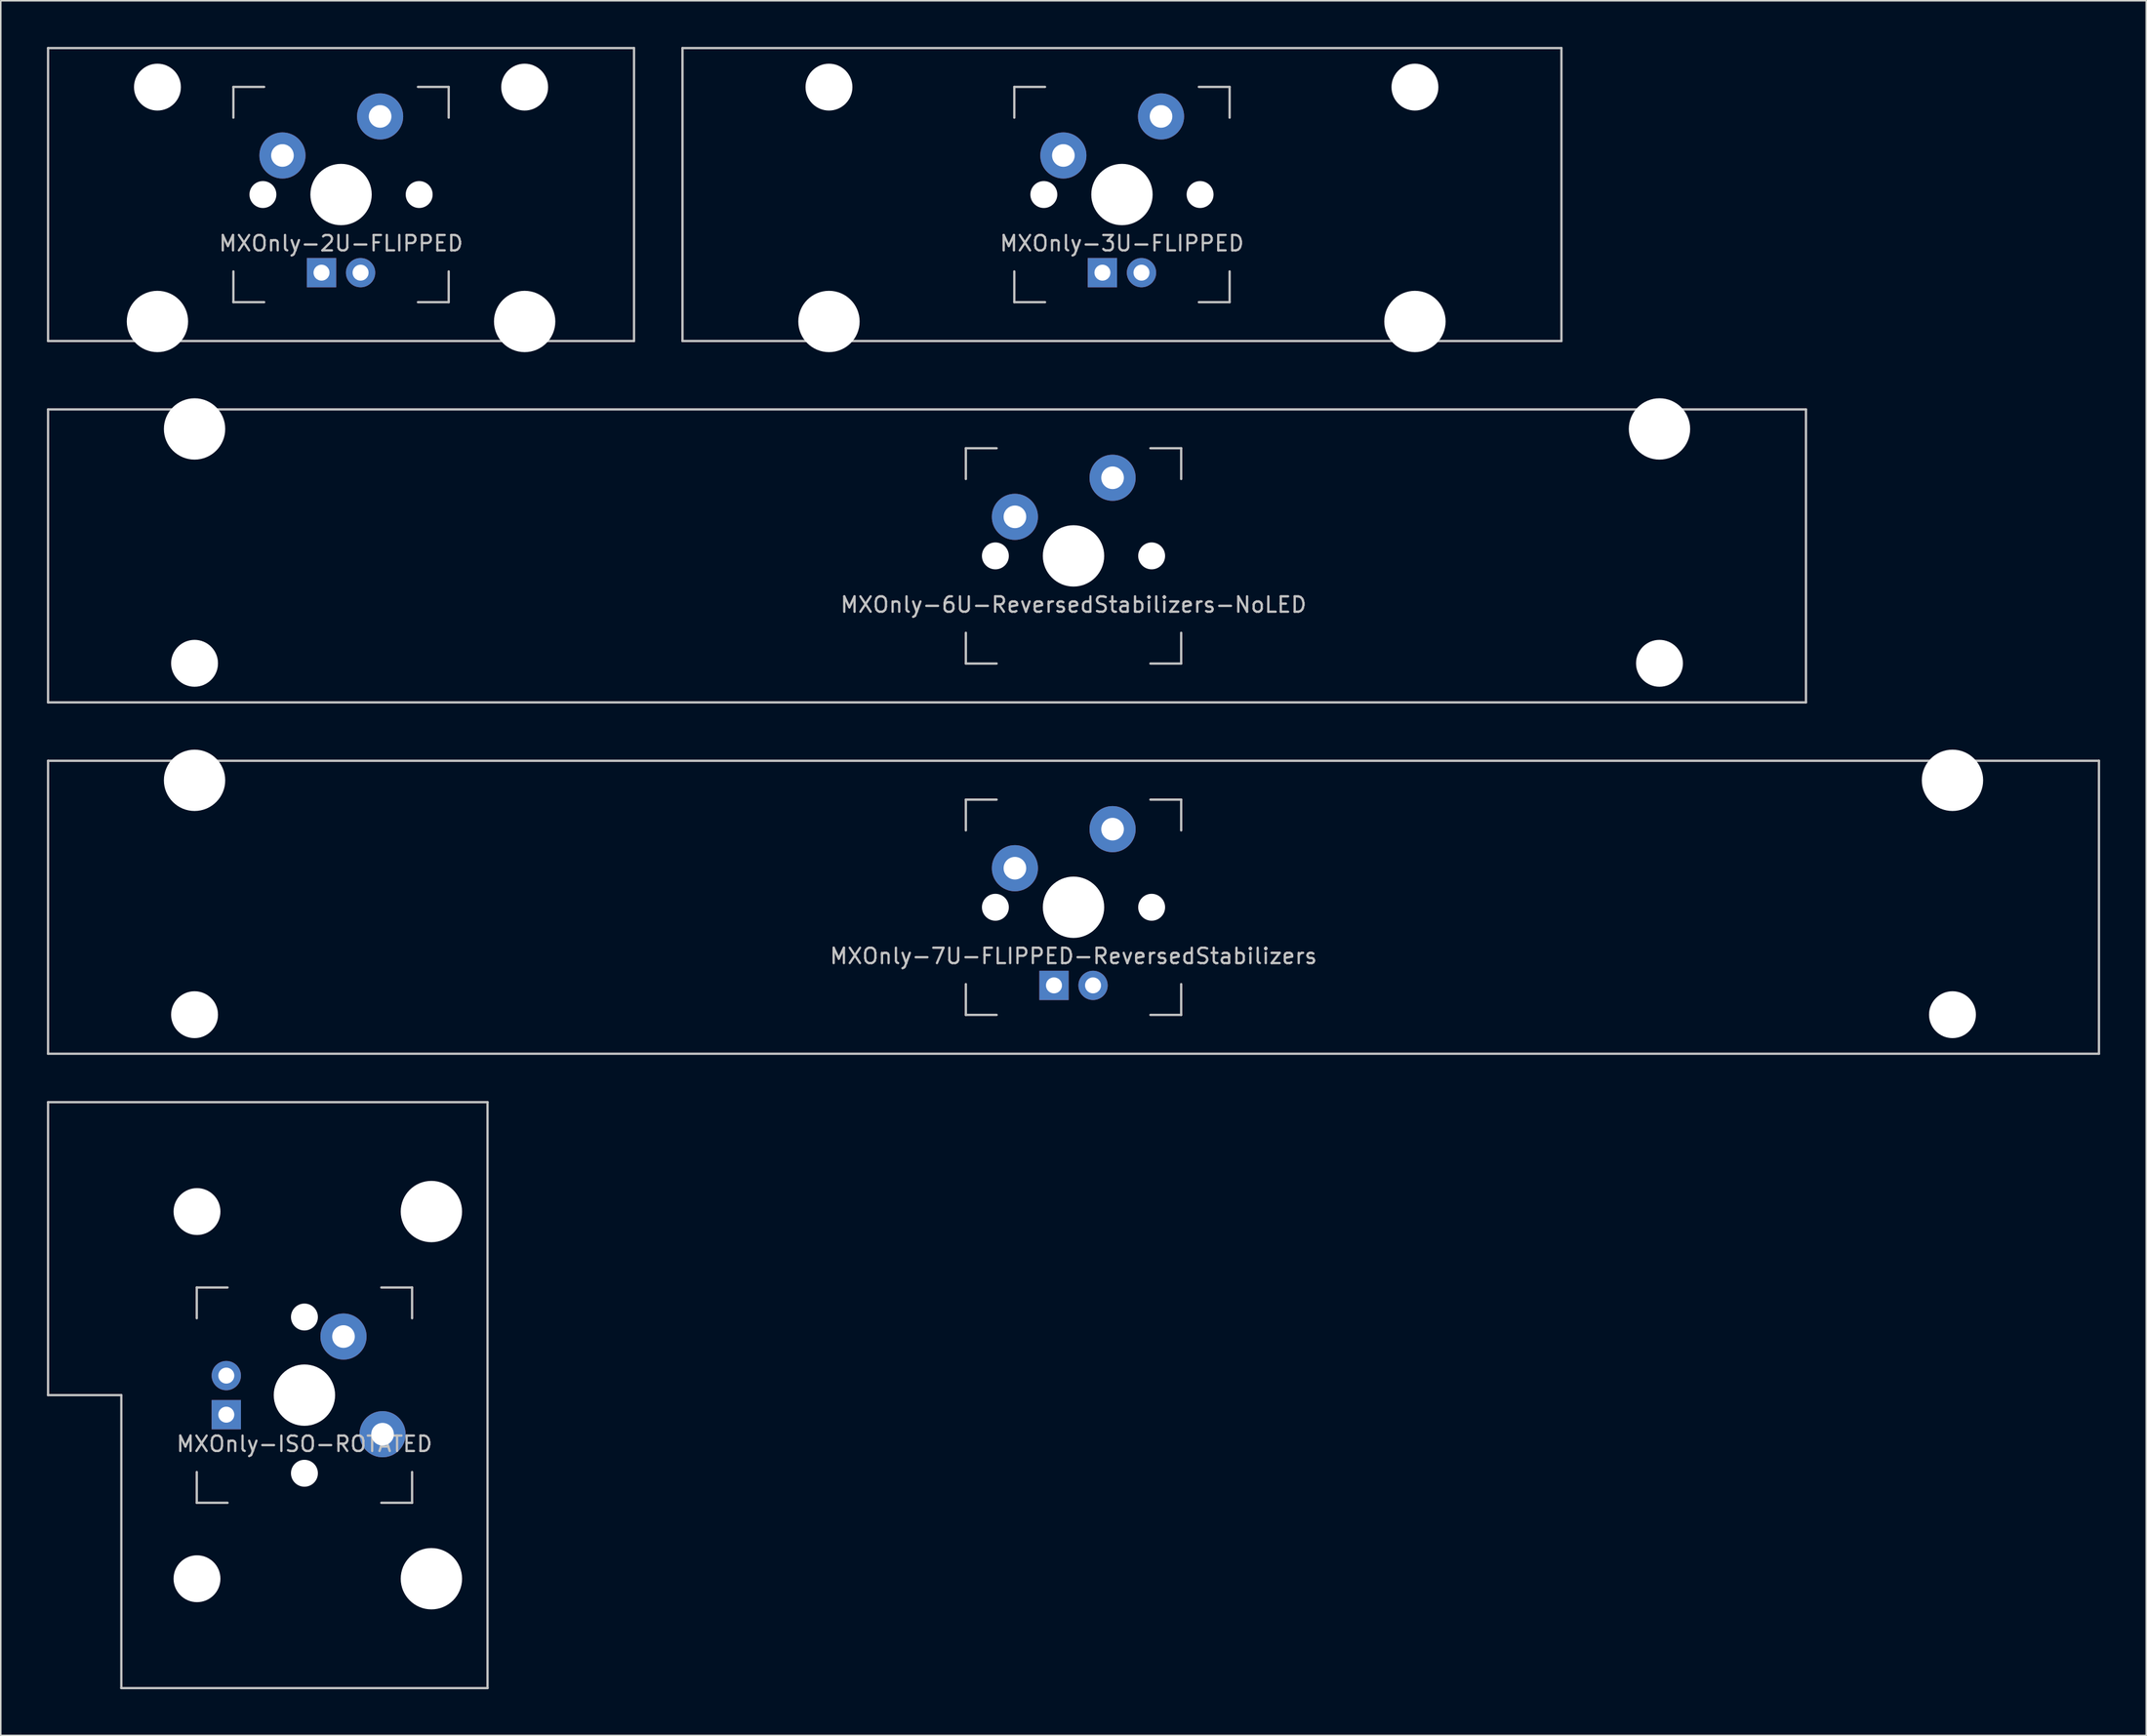
<source format=kicad_pcb>
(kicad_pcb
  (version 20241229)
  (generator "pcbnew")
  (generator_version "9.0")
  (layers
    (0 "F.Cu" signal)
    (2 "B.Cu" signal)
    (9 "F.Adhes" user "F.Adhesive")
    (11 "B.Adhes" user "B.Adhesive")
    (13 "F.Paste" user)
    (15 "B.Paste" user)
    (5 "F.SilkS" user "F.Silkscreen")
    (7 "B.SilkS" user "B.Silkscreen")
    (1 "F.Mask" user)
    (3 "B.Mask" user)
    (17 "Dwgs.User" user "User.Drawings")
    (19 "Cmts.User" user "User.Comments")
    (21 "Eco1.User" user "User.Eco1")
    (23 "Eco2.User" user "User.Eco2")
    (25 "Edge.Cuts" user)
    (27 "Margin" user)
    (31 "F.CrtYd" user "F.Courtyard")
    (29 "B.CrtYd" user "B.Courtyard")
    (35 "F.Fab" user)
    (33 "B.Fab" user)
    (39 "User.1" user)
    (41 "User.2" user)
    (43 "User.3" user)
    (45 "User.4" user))
  (footprint "MXOnly-7U-FLIPPED-ReversedStabilizers"
    (layer "F.Cu")
    (at 66.75 55.947)
    (property "Reference" "MXOnly-7U-FLIPPED-ReversedStabilizers" (at 0 3.175 0) (layer "Dwgs.User") (effects (font (size 1 1) (thickness 0.15))))
    (attr through_hole)
    (fp_line (start -66.675 -9.525) (end 66.675 -9.525) (stroke (width 0.15) (type solid)) (layer "Dwgs.User"))
    (fp_line (start -66.675 9.525) (end -66.675 -9.525) (stroke (width 0.15) (type solid)) (layer "Dwgs.User"))
    (fp_line (start -66.675 9.525) (end 66.675 9.525) (stroke (width 0.15) (type solid)) (layer "Dwgs.User"))
    (fp_line (start -7 -7) (end -7 -5) (stroke (width 0.15) (type solid)) (layer "Dwgs.User"))
    (fp_line (start -7 5) (end -7 7) (stroke (width 0.15) (type solid)) (layer "Dwgs.User"))
    (fp_line (start -7 7) (end -5 7) (stroke (width 0.15) (type solid)) (layer "Dwgs.User"))
    (fp_line (start -5 -7) (end -7 -7) (stroke (width 0.15) (type solid)) (layer "Dwgs.User"))
    (fp_line (start 5 -7) (end 7 -7) (stroke (width 0.15) (type solid)) (layer "Dwgs.User"))
    (fp_line (start 5 7) (end 7 7) (stroke (width 0.15) (type solid)) (layer "Dwgs.User"))
    (fp_line (start 7 -7) (end 7 -5) (stroke (width 0.15) (type solid)) (layer "Dwgs.User"))
    (fp_line (start 7 7) (end 7 5) (stroke (width 0.15) (type solid)) (layer "Dwgs.User"))
    (fp_line (start 66.675 -9.525) (end 66.675 9.525) (stroke (width 0.15) (type solid)) (layer "Dwgs.User"))
    (pad "" np_thru_hole circle (at -57.15 -8.255) (size 3.988 3.988) (drill 3.988) (layers "*.Cu" "*.Mask"))
    (pad "" np_thru_hole circle (at -57.15 6.985) (size 3.048 3.048) (drill 3.048) (layers "*.Cu" "*.Mask"))
    (pad "" np_thru_hole circle (at -5.08 0 48.1) (size 1.75 1.75) (drill 1.75) (layers "*.Cu" "*.Mask"))
    (pad "" np_thru_hole circle (at 0 0) (size 3.988 3.988) (drill 3.988) (layers "*.Cu" "*.Mask"))
    (pad "" np_thru_hole circle (at 5.08 0 48.1) (size 1.75 1.75) (drill 1.75) (layers "*.Cu" "*.Mask"))
    (pad "" np_thru_hole circle (at 57.15 -8.255) (size 3.988 3.988) (drill 3.988) (layers "*.Cu" "*.Mask"))
    (pad "" np_thru_hole circle (at 57.15 6.985) (size 3.048 3.048) (drill 3.048) (layers "*.Cu" "*.Mask"))
    (pad "1" thru_hole circle (at -3.81 -2.54) (size 3 3) (drill 1.47) (layers "*.Cu" "*.Mask"))
    (pad "2" thru_hole circle (at 2.54 -5.08) (size 3 3) (drill 1.47) (layers "*.Cu" "*.Mask"))
    (pad "3" thru_hole circle (at 1.27 5.08) (size 1.905 1.905) (drill 1.04) (layers "*.Cu" "*.Mask"))
    (pad "4" thru_hole rect (at -1.27 5.08) (size 1.905 1.905) (drill 1.04) (layers "*.Cu" "*.Mask")))
  (footprint "MXOnly-3U-FLIPPED"
    (layer "F.Cu")
    (at 69.9 9.6)
    (property "Reference" "MXOnly-3U-FLIPPED" (at 0 3.175 0) (layer "Dwgs.User") (effects (font (size 1 1) (thickness 0.15))))
    (attr through_hole)
    (fp_line (start -28.575 -9.525) (end 28.575 -9.525) (stroke (width 0.15) (type solid)) (layer "Dwgs.User"))
    (fp_line (start -28.575 9.525) (end -28.575 -9.525) (stroke (width 0.15) (type solid)) (layer "Dwgs.User"))
    (fp_line (start -28.575 9.525) (end 28.575 9.525) (stroke (width 0.15) (type solid)) (layer "Dwgs.User"))
    (fp_line (start -7 -7) (end -7 -5) (stroke (width 0.15) (type solid)) (layer "Dwgs.User"))
    (fp_line (start -7 5) (end -7 7) (stroke (width 0.15) (type solid)) (layer "Dwgs.User"))
    (fp_line (start -7 7) (end -5 7) (stroke (width 0.15) (type solid)) (layer "Dwgs.User"))
    (fp_line (start -5 -7) (end -7 -7) (stroke (width 0.15) (type solid)) (layer "Dwgs.User"))
    (fp_line (start 5 -7) (end 7 -7) (stroke (width 0.15) (type solid)) (layer "Dwgs.User"))
    (fp_line (start 5 7) (end 7 7) (stroke (width 0.15) (type solid)) (layer "Dwgs.User"))
    (fp_line (start 7 -7) (end 7 -5) (stroke (width 0.15) (type solid)) (layer "Dwgs.User"))
    (fp_line (start 7 7) (end 7 5) (stroke (width 0.15) (type solid)) (layer "Dwgs.User"))
    (fp_line (start 28.575 -9.525) (end 28.575 9.525) (stroke (width 0.15) (type solid)) (layer "Dwgs.User"))
    (pad "" np_thru_hole circle (at -19.05 -6.985) (size 3.048 3.048) (drill 3.048) (layers "*.Cu" "*.Mask"))
    (pad "" np_thru_hole circle (at -19.05 8.255) (size 3.988 3.988) (drill 3.988) (layers "*.Cu" "*.Mask"))
    (pad "" np_thru_hole circle (at -5.08 0 48.1) (size 1.75 1.75) (drill 1.75) (layers "*.Cu" "*.Mask"))
    (pad "" np_thru_hole circle (at 0 0) (size 3.988 3.988) (drill 3.988) (layers "*.Cu" "*.Mask"))
    (pad "" np_thru_hole circle (at 5.08 0 48.1) (size 1.75 1.75) (drill 1.75) (layers "*.Cu" "*.Mask"))
    (pad "" np_thru_hole circle (at 19.05 -6.985) (size 3.048 3.048) (drill 3.048) (layers "*.Cu" "*.Mask"))
    (pad "" np_thru_hole circle (at 19.05 8.255) (size 3.988 3.988) (drill 3.988) (layers "*.Cu" "*.Mask"))
    (pad "1" thru_hole circle (at -3.81 -2.54 48.1) (size 3 3) (drill 1.47) (layers "*.Cu" "*.Mask"))
    (pad "2" thru_hole circle (at 2.54 -5.08) (size 3 3) (drill 1.47) (layers "*.Cu" "*.Mask"))
    (pad "3" thru_hole circle (at 1.27 5.08) (size 1.905 1.905) (drill 1.04) (layers "*.Cu" "*.Mask"))
    (pad "4" thru_hole rect (at -1.27 5.08) (size 1.905 1.905) (drill 1.04) (layers "*.Cu" "*.Mask")))
  (footprint "MXOnly-2U-FLIPPED"
    (layer "F.Cu")
    (at 19.125 9.6)
    (property "Reference" "MXOnly-2U-FLIPPED" (at 0 3.175 0) (layer "Dwgs.User") (effects (font (size 1 1) (thickness 0.15))))
    (attr through_hole)
    (fp_line (start -19.05 -9.525) (end 19.05 -9.525) (stroke (width 0.15) (type solid)) (layer "Dwgs.User"))
    (fp_line (start -19.05 9.525) (end -19.05 -9.525) (stroke (width 0.15) (type solid)) (layer "Dwgs.User"))
    (fp_line (start -19.05 9.525) (end 19.05 9.525) (stroke (width 0.15) (type solid)) (layer "Dwgs.User"))
    (fp_line (start -7 -7) (end -7 -5) (stroke (width 0.15) (type solid)) (layer "Dwgs.User"))
    (fp_line (start -7 5) (end -7 7) (stroke (width 0.15) (type solid)) (layer "Dwgs.User"))
    (fp_line (start -7 7) (end -5 7) (stroke (width 0.15) (type solid)) (layer "Dwgs.User"))
    (fp_line (start -5 -7) (end -7 -7) (stroke (width 0.15) (type solid)) (layer "Dwgs.User"))
    (fp_line (start 5 -7) (end 7 -7) (stroke (width 0.15) (type solid)) (layer "Dwgs.User"))
    (fp_line (start 5 7) (end 7 7) (stroke (width 0.15) (type solid)) (layer "Dwgs.User"))
    (fp_line (start 7 -7) (end 7 -5) (stroke (width 0.15) (type solid)) (layer "Dwgs.User"))
    (fp_line (start 7 7) (end 7 5) (stroke (width 0.15) (type solid)) (layer "Dwgs.User"))
    (fp_line (start 19.05 -9.525) (end 19.05 9.525) (stroke (width 0.15) (type solid)) (layer "Dwgs.User"))
    (pad "" np_thru_hole circle (at -11.938 -6.985) (size 3.048 3.048) (drill 3.048) (layers "*.Cu" "*.Mask"))
    (pad "" np_thru_hole circle (at -11.938 8.255) (size 3.988 3.988) (drill 3.988) (layers "*.Cu" "*.Mask"))
    (pad "" np_thru_hole circle (at -5.08 0 48.1) (size 1.75 1.75) (drill 1.75) (layers "*.Cu" "*.Mask"))
    (pad "" np_thru_hole circle (at 0 0) (size 3.988 3.988) (drill 3.988) (layers "*.Cu" "*.Mask"))
    (pad "" np_thru_hole circle (at 5.08 0 48.1) (size 1.75 1.75) (drill 1.75) (layers "*.Cu" "*.Mask"))
    (pad "" np_thru_hole circle (at 11.938 -6.985) (size 3.048 3.048) (drill 3.048) (layers "*.Cu" "*.Mask"))
    (pad "" np_thru_hole circle (at 11.938 8.255) (size 3.988 3.988) (drill 3.988) (layers "*.Cu" "*.Mask"))
    (pad "1" thru_hole circle (at -3.81 -2.54) (size 3 3) (drill 1.47) (layers "*.Cu" "*.Mask"))
    (pad "2" thru_hole circle (at 2.54 -5.08) (size 3 3) (drill 1.47) (layers "*.Cu" "*.Mask"))
    (pad "3" thru_hole circle (at 1.27 5.08) (size 1.905 1.905) (drill 1.04) (layers "*.Cu" "*.Mask"))
    (pad "4" thru_hole rect (at -1.27 5.08) (size 1.905 1.905) (drill 1.04) (layers "*.Cu" "*.Mask")))
  (footprint "MXOnly-6U-ReversedStabilizers-NoLED"
    (layer "F.Cu")
    (at 57.225 33.098)
    (property "Reference" "MXOnly-6U-ReversedStabilizers-NoLED" (at 9.525 3.175 0) (layer "Dwgs.User") (effects (font (size 1 1) (thickness 0.15))))
    (attr through_hole)
    (fp_line (start -57.15 -9.525) (end 57.15 -9.525) (stroke (width 0.15) (type solid)) (layer "Dwgs.User"))
    (fp_line (start -57.15 9.525) (end -57.15 -9.525) (stroke (width 0.15) (type solid)) (layer "Dwgs.User"))
    (fp_line (start -57.15 9.525) (end 57.15 9.525) (stroke (width 0.15) (type solid)) (layer "Dwgs.User"))
    (fp_line (start 2.525 -7) (end 2.525 -5) (stroke (width 0.15) (type solid)) (layer "Dwgs.User"))
    (fp_line (start 2.525 5) (end 2.525 7) (stroke (width 0.15) (type solid)) (layer "Dwgs.User"))
    (fp_line (start 2.525 7) (end 4.525 7) (stroke (width 0.15) (type solid)) (layer "Dwgs.User"))
    (fp_line (start 4.525 -7) (end 2.525 -7) (stroke (width 0.15) (type solid)) (layer "Dwgs.User"))
    (fp_line (start 14.525 -7) (end 16.525 -7) (stroke (width 0.15) (type solid)) (layer "Dwgs.User"))
    (fp_line (start 14.525 7) (end 16.525 7) (stroke (width 0.15) (type solid)) (layer "Dwgs.User"))
    (fp_line (start 16.525 -7) (end 16.525 -5) (stroke (width 0.15) (type solid)) (layer "Dwgs.User"))
    (fp_line (start 16.525 7) (end 16.525 5) (stroke (width 0.15) (type solid)) (layer "Dwgs.User"))
    (fp_line (start 57.15 -9.525) (end 57.15 9.525) (stroke (width 0.15) (type solid)) (layer "Dwgs.User"))
    (pad "" np_thru_hole circle (at -47.625 -8.255) (size 3.988 3.988) (drill 3.988) (layers "*.Cu" "*.Mask"))
    (pad "" np_thru_hole circle (at -47.625 6.985) (size 3.048 3.048) (drill 3.048) (layers "*.Cu" "*.Mask"))
    (pad "" np_thru_hole circle (at 4.445 0 48.1) (size 1.75 1.75) (drill 1.75) (layers "*.Cu" "*.Mask"))
    (pad "" np_thru_hole circle (at 9.525 0) (size 3.988 3.988) (drill 3.988) (layers "*.Cu" "*.Mask"))
    (pad "" np_thru_hole circle (at 14.605 0 48.1) (size 1.75 1.75) (drill 1.75) (layers "*.Cu" "*.Mask"))
    (pad "" np_thru_hole circle (at 47.625 -8.255) (size 3.988 3.988) (drill 3.988) (layers "*.Cu" "*.Mask"))
    (pad "" np_thru_hole circle (at 47.625 6.985) (size 3.048 3.048) (drill 3.048) (layers "*.Cu" "*.Mask"))
    (pad "1" thru_hole circle (at 5.715 -2.54) (size 3 3) (drill 1.47) (layers "*.Cu" "*.Mask"))
    (pad "2" thru_hole circle (at 12.065 -5.08) (size 3 3) (drill 1.47) (layers "*.Cu" "*.Mask")))
  (footprint "MXOnly-ISO-ROTATED"
    (layer "F.Cu")
    (at 16.744 87.672)
    (property "Reference" "MXOnly-ISO-ROTATED" (at 0 3.175 0) (layer "Dwgs.User") (effects (font (size 1 1) (thickness 0.15))))
    (attr through_hole)
    (fp_line (start -16.669 -19.05) (end -16.669 0) (stroke (width 0.15) (type solid)) (layer "Dwgs.User"))
    (fp_line (start -16.669 -19.05) (end 11.906 -19.05) (stroke (width 0.15) (type solid)) (layer "Dwgs.User"))
    (fp_line (start -11.906 0) (end -16.669 0) (stroke (width 0.15) (type solid)) (layer "Dwgs.User"))
    (fp_line (start -11.906 19.05) (end -11.906 0) (stroke (width 0.15) (type solid)) (layer "Dwgs.User"))
    (fp_line (start -11.906 19.05) (end 11.906 19.05) (stroke (width 0.15) (type solid)) (layer "Dwgs.User"))
    (fp_line (start -7 -7) (end -7 -5) (stroke (width 0.15) (type solid)) (layer "Dwgs.User"))
    (fp_line (start -7 5) (end -7 7) (stroke (width 0.15) (type solid)) (layer "Dwgs.User"))
    (fp_line (start -7 7) (end -5 7) (stroke (width 0.15) (type solid)) (layer "Dwgs.User"))
    (fp_line (start -5 -7) (end -7 -7) (stroke (width 0.15) (type solid)) (layer "Dwgs.User"))
    (fp_line (start 5 -7) (end 7 -7) (stroke (width 0.15) (type solid)) (layer "Dwgs.User"))
    (fp_line (start 5 7) (end 7 7) (stroke (width 0.15) (type solid)) (layer "Dwgs.User"))
    (fp_line (start 7 -7) (end 7 -5) (stroke (width 0.15) (type solid)) (layer "Dwgs.User"))
    (fp_line (start 7 7) (end 7 5) (stroke (width 0.15) (type solid)) (layer "Dwgs.User"))
    (fp_line (start 11.906 -19.05) (end 11.906 19.05) (stroke (width 0.15) (type solid)) (layer "Dwgs.User"))
    (pad "" np_thru_hole circle (at -6.985 -11.938) (size 3.048 3.048) (drill 3.048) (layers "*.Cu" "*.Mask"))
    (pad "" np_thru_hole circle (at -6.985 11.938) (size 3.048 3.048) (drill 3.048) (layers "*.Cu" "*.Mask"))
    (pad "" np_thru_hole circle (at 0 -5.08 48.1) (size 1.75 1.75) (drill 1.75) (layers "*.Cu" "*.Mask"))
    (pad "" np_thru_hole circle (at 0 0) (size 3.988 3.988) (drill 3.988) (layers "*.Cu" "*.Mask"))
    (pad "" np_thru_hole circle (at 0 5.08 48.1) (size 1.75 1.75) (drill 1.75) (layers "*.Cu" "*.Mask"))
    (pad "" np_thru_hole circle (at 8.255 -11.938) (size 3.988 3.988) (drill 3.988) (layers "*.Cu" "*.Mask"))
    (pad "" np_thru_hole circle (at 8.255 11.938) (size 3.988 3.988) (drill 3.988) (layers "*.Cu" "*.Mask"))
    (pad "1" thru_hole circle (at 2.54 -3.81) (size 3 3) (drill 1.47) (layers "*.Cu" "*.Mask"))
    (pad "2" thru_hole circle (at 5.08 2.54) (size 3 3) (drill 1.47) (layers "*.Cu" "*.Mask"))
    (pad "3" thru_hole circle (at -5.08 -1.27) (size 1.905 1.905) (drill 1.04) (layers "*.Cu" "*.Mask"))
    (pad "4" thru_hole rect (at -5.08 1.27) (size 1.905 1.905) (drill 1.04) (layers "*.Cu" "*.Mask")))
  (gr_rect
    (start -3 -3)
    (end 136.5 109.797)
    (stroke (width 0.1) (type default))
    (fill no)
    (layer "Edge.Cuts")))
</source>
